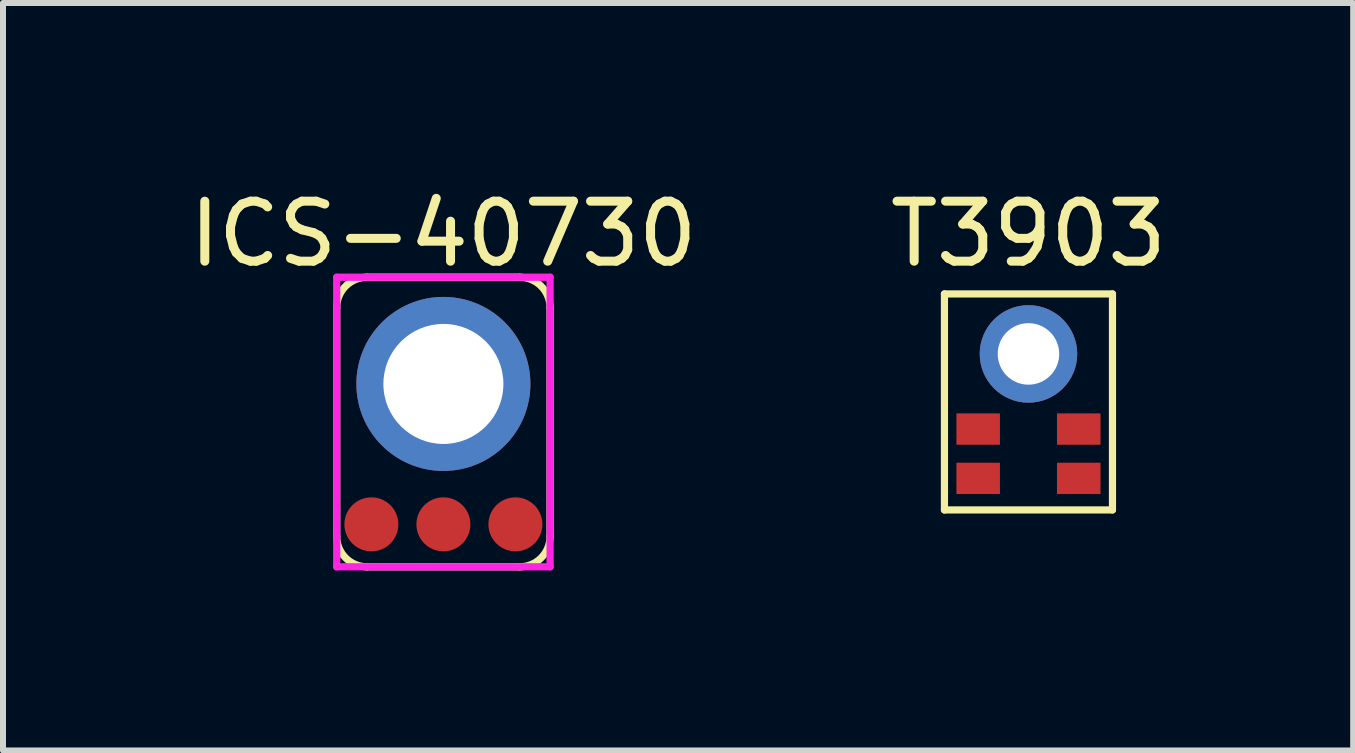
<source format=kicad_pcb>
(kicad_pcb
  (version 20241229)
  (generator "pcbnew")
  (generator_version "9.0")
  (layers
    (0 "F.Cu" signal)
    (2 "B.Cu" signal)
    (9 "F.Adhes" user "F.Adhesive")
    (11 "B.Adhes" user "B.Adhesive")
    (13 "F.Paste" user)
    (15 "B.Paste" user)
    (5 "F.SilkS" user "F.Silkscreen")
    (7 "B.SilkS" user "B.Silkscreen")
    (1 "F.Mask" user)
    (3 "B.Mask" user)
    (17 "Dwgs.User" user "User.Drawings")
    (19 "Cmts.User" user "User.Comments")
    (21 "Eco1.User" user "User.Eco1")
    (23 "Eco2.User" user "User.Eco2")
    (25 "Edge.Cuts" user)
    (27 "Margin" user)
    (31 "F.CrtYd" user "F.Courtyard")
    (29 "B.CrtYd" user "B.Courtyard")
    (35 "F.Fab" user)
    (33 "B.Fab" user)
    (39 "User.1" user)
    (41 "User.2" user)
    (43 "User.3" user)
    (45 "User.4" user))
  (footprint "T3903"
    (layer "F.Cu")
    (at 14.089 2.848)
    (property "Reference" "T3903" (at 0 -2 0) (layer "F.SilkS") (effects (font (size 1 1) (thickness 0.15))))
    (attr through_hole)
    (fp_line (start -1.4 -1) (end -1.4 2.6) (stroke (width 0.12) (type solid)) (layer "F.SilkS"))
    (fp_line (start -1.4 -1) (end 1.4 -1) (stroke (width 0.12) (type solid)) (layer "F.SilkS"))
    (fp_line (start -1.4 2.6) (end 1.4 2.6) (stroke (width 0.12) (type solid)) (layer "F.SilkS"))
    (fp_line (start 1.4 2.6) (end 1.4 -1) (stroke (width 0.12) (type solid)) (layer "F.SilkS"))
    (pad "1" smd rect (at 0.838 2.074) (size 0.725 0.522) (layers "F.Cu" "F.Mask" "F.Paste"))
    (pad "2" smd rect (at 0.838 1.252) (size 0.725 0.522) (layers "F.Cu" "F.Mask" "F.Paste"))
    (pad "3" thru_hole circle (at 0 0) (size 1.625 1.625) (drill 1.025) (layers "F.Cu" "F.Mask" "F.Paste"))
    (pad "4" smd rect (at -0.838 1.252) (size 0.725 0.522) (layers "F.Cu" "F.Mask" "F.Paste"))
    (pad "5" smd rect (at -0.838 2.074) (size 0.725 0.522) (layers "F.Cu" "F.Mask" "F.Paste")))
  (footprint "ICS-40730"
    (layer "F.Cu")
    (at 4.339 3.348)
    (property "Reference" "ICS-40730" (at 0 -2.5 0) (layer "F.SilkS") (effects (font (size 1 1) (thickness 0.15))))
    (attr through_hole)
    (fp_line (start -1.778 -1.27) (end -1.778 2.54) (stroke (width 0.12) (type solid)) (layer "F.SilkS"))
    (fp_line (start -1.27 3.048) (end 1.27 3.048) (stroke (width 0.12) (type solid)) (layer "F.SilkS"))
    (fp_line (start 1.27 -1.778) (end -1.27 -1.778) (stroke (width 0.12) (type solid)) (layer "F.SilkS"))
    (fp_line (start 1.778 2.54) (end 1.778 -1.27) (stroke (width 0.12) (type solid)) (layer "F.SilkS"))
    (fp_arc (start -1.778 -1.27) (mid -1.62921 -1.62921) (end -1.27 -1.778) (stroke (width 0.12) (type solid)) (layer "F.SilkS"))
    (fp_arc (start -1.27 3.048) (mid -1.62921 2.89921) (end -1.778 2.54) (stroke (width 0.12) (type solid)) (layer "F.SilkS"))
    (fp_arc (start 1.27 -1.778) (mid 1.62921 -1.62921) (end 1.778 -1.27) (stroke (width 0.12) (type solid)) (layer "F.SilkS"))
    (fp_arc (start 1.778 2.54) (mid 1.62921 2.89921) (end 1.27 3.048) (stroke (width 0.12) (type solid)) (layer "F.SilkS"))
    (fp_line (start -1.778 -1.778) (end -1.778 3.048) (stroke (width 0.12) (type solid)) (layer "F.CrtYd"))
    (fp_line (start -1.778 3.048) (end 1.778 3.048) (stroke (width 0.12) (type solid)) (layer "F.CrtYd"))
    (fp_line (start 1.778 -1.778) (end -1.778 -1.778) (stroke (width 0.12) (type solid)) (layer "F.CrtYd"))
    (fp_line (start 1.778 3.048) (end 1.778 -1.778) (stroke (width 0.12) (type solid)) (layer "F.CrtYd"))
    (pad "1" smd circle (at -1.2 2.34) (size 0.9 0.9) (layers "F.Cu" "F.Mask" "F.Paste"))
    (pad "2" smd circle (at 0 2.34) (size 0.9 0.9) (layers "F.Cu" "F.Mask" "F.Paste"))
    (pad "3" smd circle (at 1.2 2.34) (size 0.9 0.9) (layers "F.Cu" "F.Mask" "F.Paste"))
    (pad "4" thru_hole circle (at 0 0) (size 2.9 2.9) (drill 2) (layers "*.Cu" "*.Mask")))
  (gr_rect
    (start -3 -3)
    (end 19.5 9.456)
    (stroke (width 0.1) (type default))
    (fill no)
    (layer "Edge.Cuts")))
</source>
